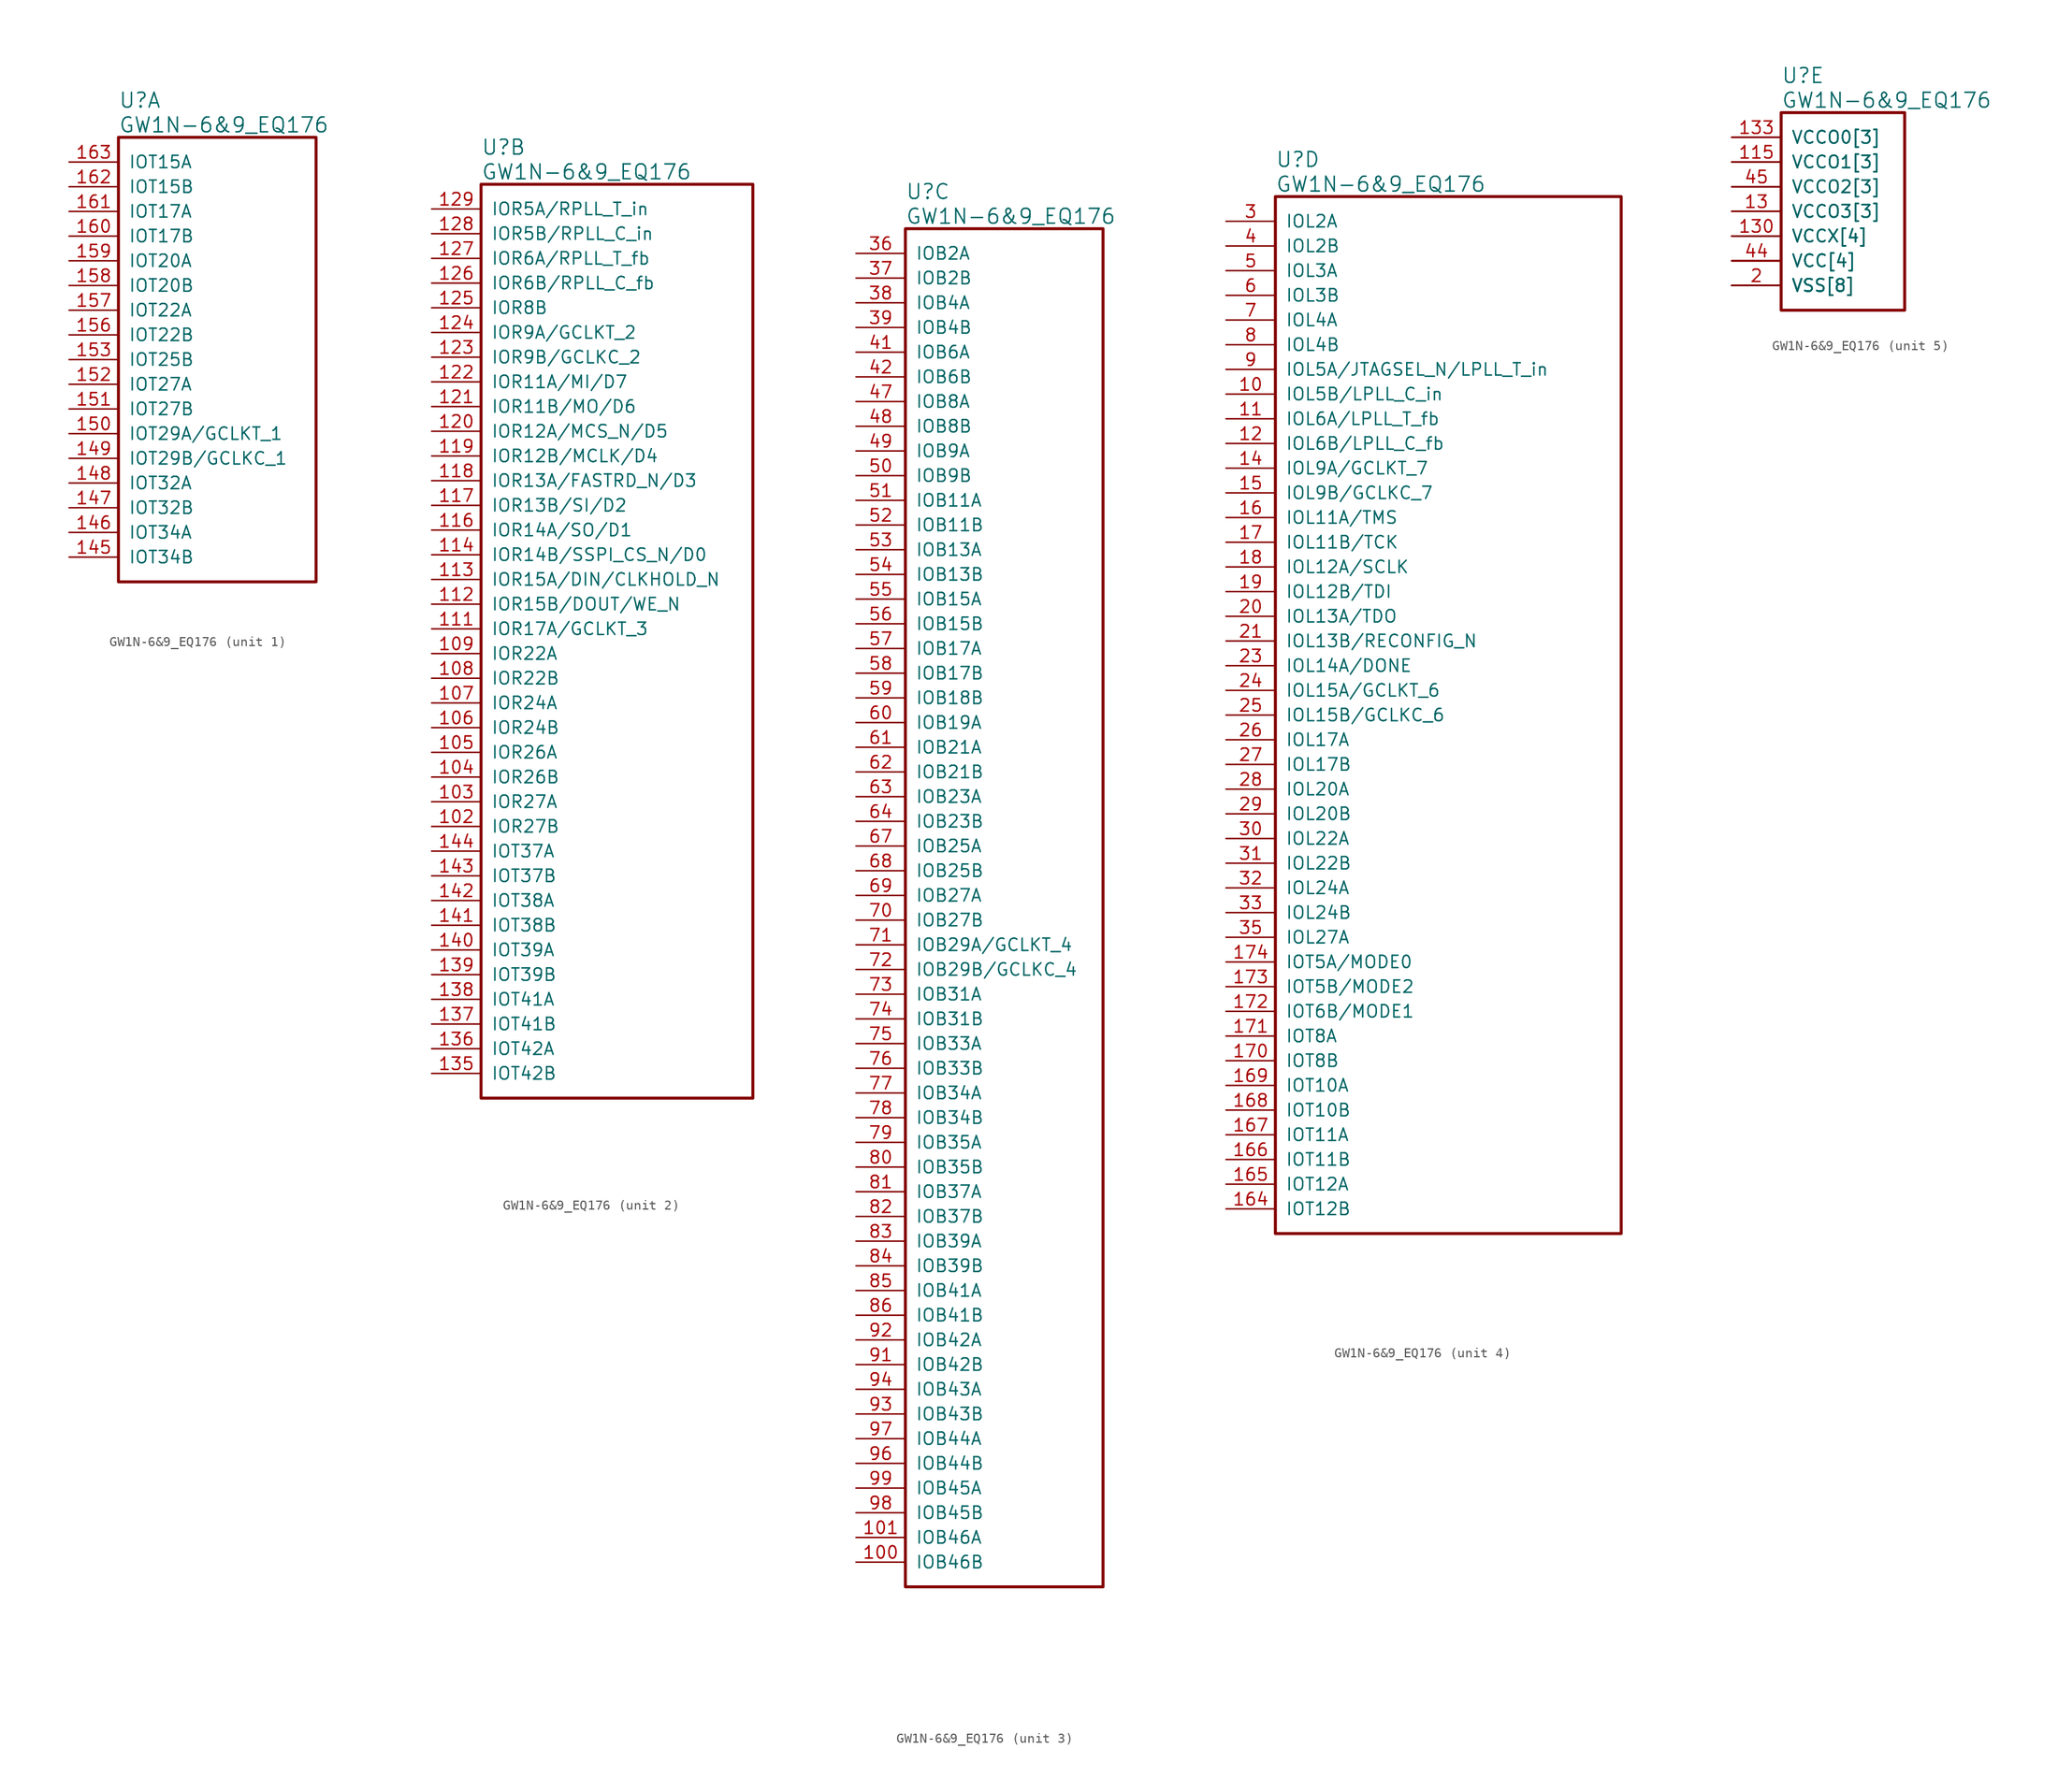
<source format=kicad_sym>
(kicad_symbol_lib
  (version 20241209)
  (generator "kicad_symbol_editor")
  (generator_version "9.0")
  (symbol "GW1N-6&9_EQ176"
    (pin_names
      (offset 1.016))
    (property "Reference" "U"
      (at 5.08 6.35 0)
      (effects (font (size 1.524 1.524)) (justify left)))
    (property "Value" "GW1N-6&9_EQ176"
      (at 5.08 3.81 0)
      (effects (font (size 1.524 1.524)) (justify left)))
    (property "ki_locked" ""
      (at 0 0 0)
      (effects (font (size 1.27 1.27))))
    (symbol "GW1N-6&9_EQ176_1_1"
      (rectangle (start 5.08 2.54) (end 25.4 -43.18) (stroke (width 0.305) (type solid)) (fill (type none)))
      (pin bidirectional line (at 0 0 0) (length 5.08) (name "IOT15A" (effects (font (size 1.27 1.27)))) (number "163" (effects (font (size 1.27 1.27)))))
      (pin bidirectional line (at 0 -2.54 0) (length 5.08) (name "IOT15B" (effects (font (size 1.27 1.27)))) (number "162" (effects (font (size 1.27 1.27)))))
      (pin bidirectional line (at 0 -5.08 0) (length 5.08) (name "IOT17A" (effects (font (size 1.27 1.27)))) (number "161" (effects (font (size 1.27 1.27)))))
      (pin bidirectional line (at 0 -7.62 0) (length 5.08) (name "IOT17B" (effects (font (size 1.27 1.27)))) (number "160" (effects (font (size 1.27 1.27)))))
      (pin bidirectional line (at 0 -10.16 0) (length 5.08) (name "IOT20A" (effects (font (size 1.27 1.27)))) (number "159" (effects (font (size 1.27 1.27)))))
      (pin bidirectional line (at 0 -12.7 0) (length 5.08) (name "IOT20B" (effects (font (size 1.27 1.27)))) (number "158" (effects (font (size 1.27 1.27)))))
      (pin bidirectional line (at 0 -15.24 0) (length 5.08) (name "IOT22A" (effects (font (size 1.27 1.27)))) (number "157" (effects (font (size 1.27 1.27)))))
      (pin bidirectional line (at 0 -17.78 0) (length 5.08) (name "IOT22B" (effects (font (size 1.27 1.27)))) (number "156" (effects (font (size 1.27 1.27)))))
      (pin bidirectional line (at 0 -20.32 0) (length 5.08) (name "IOT25B" (effects (font (size 1.27 1.27)))) (number "153" (effects (font (size 1.27 1.27)))))
      (pin bidirectional line (at 0 -22.86 0) (length 5.08) (name "IOT27A" (effects (font (size 1.27 1.27)))) (number "152" (effects (font (size 1.27 1.27)))))
      (pin bidirectional line (at 0 -25.4 0) (length 5.08) (name "IOT27B" (effects (font (size 1.27 1.27)))) (number "151" (effects (font (size 1.27 1.27)))))
      (pin bidirectional line (at 0 -27.94 0) (length 5.08) (name "IOT29A/GCLKT_1" (effects (font (size 1.27 1.27)))) (number "150" (effects (font (size 1.27 1.27)))))
      (pin bidirectional line (at 0 -30.48 0) (length 5.08) (name "IOT29B/GCLKC_1" (effects (font (size 1.27 1.27)))) (number "149" (effects (font (size 1.27 1.27)))))
      (pin bidirectional line (at 0 -33.02 0) (length 5.08) (name "IOT32A" (effects (font (size 1.27 1.27)))) (number "148" (effects (font (size 1.27 1.27)))))
      (pin bidirectional line (at 0 -35.56 0) (length 5.08) (name "IOT32B" (effects (font (size 1.27 1.27)))) (number "147" (effects (font (size 1.27 1.27)))))
      (pin bidirectional line (at 0 -38.1 0) (length 5.08) (name "IOT34A" (effects (font (size 1.27 1.27)))) (number "146" (effects (font (size 1.27 1.27)))))
      (pin bidirectional line (at 0 -40.64 0) (length 5.08) (name "IOT34B" (effects (font (size 1.27 1.27)))) (number "145" (effects (font (size 1.27 1.27))))))
    (symbol "GW1N-6&9_EQ176_2_1"
      (rectangle (start 5.08 2.54) (end 33.02 -91.44) (stroke (width 0.305) (type solid)) (fill (type none)))
      (pin bidirectional line (at 0 0 0) (length 5.08) (name "IOR5A/RPLL_T_in" (effects (font (size 1.27 1.27)))) (number "129" (effects (font (size 1.27 1.27)))))
      (pin bidirectional line (at 0 -2.54 0) (length 5.08) (name "IOR5B/RPLL_C_in" (effects (font (size 1.27 1.27)))) (number "128" (effects (font (size 1.27 1.27)))))
      (pin bidirectional line (at 0 -5.08 0) (length 5.08) (name "IOR6A/RPLL_T_fb" (effects (font (size 1.27 1.27)))) (number "127" (effects (font (size 1.27 1.27)))))
      (pin bidirectional line (at 0 -7.62 0) (length 5.08) (name "IOR6B/RPLL_C_fb" (effects (font (size 1.27 1.27)))) (number "126" (effects (font (size 1.27 1.27)))))
      (pin bidirectional line (at 0 -10.16 0) (length 5.08) (name "IOR8B" (effects (font (size 1.27 1.27)))) (number "125" (effects (font (size 1.27 1.27)))))
      (pin bidirectional line (at 0 -12.7 0) (length 5.08) (name "IOR9A/GCLKT_2" (effects (font (size 1.27 1.27)))) (number "124" (effects (font (size 1.27 1.27)))))
      (pin bidirectional line (at 0 -15.24 0) (length 5.08) (name "IOR9B/GCLKC_2" (effects (font (size 1.27 1.27)))) (number "123" (effects (font (size 1.27 1.27)))))
      (pin bidirectional line (at 0 -17.78 0) (length 5.08) (name "IOR11A/MI/D7" (effects (font (size 1.27 1.27)))) (number "122" (effects (font (size 1.27 1.27)))))
      (pin bidirectional line (at 0 -20.32 0) (length 5.08) (name "IOR11B/MO/D6" (effects (font (size 1.27 1.27)))) (number "121" (effects (font (size 1.27 1.27)))))
      (pin bidirectional line (at 0 -22.86 0) (length 5.08) (name "IOR12A/MCS_N/D5" (effects (font (size 1.27 1.27)))) (number "120" (effects (font (size 1.27 1.27)))))
      (pin bidirectional line (at 0 -25.4 0) (length 5.08) (name "IOR12B/MCLK/D4" (effects (font (size 1.27 1.27)))) (number "119" (effects (font (size 1.27 1.27)))))
      (pin bidirectional line (at 0 -27.94 0) (length 5.08) (name "IOR13A/FASTRD_N/D3" (effects (font (size 1.27 1.27)))) (number "118" (effects (font (size 1.27 1.27)))))
      (pin bidirectional line (at 0 -30.48 0) (length 5.08) (name "IOR13B/SI/D2" (effects (font (size 1.27 1.27)))) (number "117" (effects (font (size 1.27 1.27)))))
      (pin bidirectional line (at 0 -33.02 0) (length 5.08) (name "IOR14A/SO/D1" (effects (font (size 1.27 1.27)))) (number "116" (effects (font (size 1.27 1.27)))))
      (pin bidirectional line (at 0 -35.56 0) (length 5.08) (name "IOR14B/SSPI_CS_N/D0" (effects (font (size 1.27 1.27)))) (number "114" (effects (font (size 1.27 1.27)))))
      (pin bidirectional line (at 0 -38.1 0) (length 5.08) (name "IOR15A/DIN/CLKHOLD_N" (effects (font (size 1.27 1.27)))) (number "113" (effects (font (size 1.27 1.27)))))
      (pin bidirectional line (at 0 -40.64 0) (length 5.08) (name "IOR15B/DOUT/WE_N" (effects (font (size 1.27 1.27)))) (number "112" (effects (font (size 1.27 1.27)))))
      (pin bidirectional line (at 0 -43.18 0) (length 5.08) (name "IOR17A/GCLKT_3" (effects (font (size 1.27 1.27)))) (number "111" (effects (font (size 1.27 1.27)))))
      (pin bidirectional line (at 0 -45.72 0) (length 5.08) (name "IOR22A" (effects (font (size 1.27 1.27)))) (number "109" (effects (font (size 1.27 1.27)))))
      (pin bidirectional line (at 0 -48.26 0) (length 5.08) (name "IOR22B" (effects (font (size 1.27 1.27)))) (number "108" (effects (font (size 1.27 1.27)))))
      (pin bidirectional line (at 0 -50.8 0) (length 5.08) (name "IOR24A" (effects (font (size 1.27 1.27)))) (number "107" (effects (font (size 1.27 1.27)))))
      (pin bidirectional line (at 0 -53.34 0) (length 5.08) (name "IOR24B" (effects (font (size 1.27 1.27)))) (number "106" (effects (font (size 1.27 1.27)))))
      (pin bidirectional line (at 0 -55.88 0) (length 5.08) (name "IOR26A" (effects (font (size 1.27 1.27)))) (number "105" (effects (font (size 1.27 1.27)))))
      (pin bidirectional line (at 0 -58.42 0) (length 5.08) (name "IOR26B" (effects (font (size 1.27 1.27)))) (number "104" (effects (font (size 1.27 1.27)))))
      (pin bidirectional line (at 0 -60.96 0) (length 5.08) (name "IOR27A" (effects (font (size 1.27 1.27)))) (number "103" (effects (font (size 1.27 1.27)))))
      (pin bidirectional line (at 0 -63.5 0) (length 5.08) (name "IOR27B" (effects (font (size 1.27 1.27)))) (number "102" (effects (font (size 1.27 1.27)))))
      (pin bidirectional line (at 0 -66.04 0) (length 5.08) (name "IOT37A" (effects (font (size 1.27 1.27)))) (number "144" (effects (font (size 1.27 1.27)))))
      (pin bidirectional line (at 0 -68.58 0) (length 5.08) (name "IOT37B" (effects (font (size 1.27 1.27)))) (number "143" (effects (font (size 1.27 1.27)))))
      (pin bidirectional line (at 0 -71.12 0) (length 5.08) (name "IOT38A" (effects (font (size 1.27 1.27)))) (number "142" (effects (font (size 1.27 1.27)))))
      (pin bidirectional line (at 0 -73.66 0) (length 5.08) (name "IOT38B" (effects (font (size 1.27 1.27)))) (number "141" (effects (font (size 1.27 1.27)))))
      (pin bidirectional line (at 0 -76.2 0) (length 5.08) (name "IOT39A" (effects (font (size 1.27 1.27)))) (number "140" (effects (font (size 1.27 1.27)))))
      (pin bidirectional line (at 0 -78.74 0) (length 5.08) (name "IOT39B" (effects (font (size 1.27 1.27)))) (number "139" (effects (font (size 1.27 1.27)))))
      (pin bidirectional line (at 0 -81.28 0) (length 5.08) (name "IOT41A" (effects (font (size 1.27 1.27)))) (number "138" (effects (font (size 1.27 1.27)))))
      (pin bidirectional line (at 0 -83.82 0) (length 5.08) (name "IOT41B" (effects (font (size 1.27 1.27)))) (number "137" (effects (font (size 1.27 1.27)))))
      (pin bidirectional line (at 0 -86.36 0) (length 5.08) (name "IOT42A" (effects (font (size 1.27 1.27)))) (number "136" (effects (font (size 1.27 1.27)))))
      (pin bidirectional line (at 0 -88.9 0) (length 5.08) (name "IOT42B" (effects (font (size 1.27 1.27)))) (number "135" (effects (font (size 1.27 1.27))))))
    (symbol "GW1N-6&9_EQ176_3_1"
      (rectangle (start 5.08 2.54) (end 25.4 -137.16) (stroke (width 0.305) (type solid)) (fill (type none)))
      (pin bidirectional line (at 0 0 0) (length 5.08) (name "IOB2A" (effects (font (size 1.27 1.27)))) (number "36" (effects (font (size 1.27 1.27)))))
      (pin bidirectional line (at 0 -2.54 0) (length 5.08) (name "IOB2B" (effects (font (size 1.27 1.27)))) (number "37" (effects (font (size 1.27 1.27)))))
      (pin bidirectional line (at 0 -5.08 0) (length 5.08) (name "IOB4A" (effects (font (size 1.27 1.27)))) (number "38" (effects (font (size 1.27 1.27)))))
      (pin bidirectional line (at 0 -7.62 0) (length 5.08) (name "IOB4B" (effects (font (size 1.27 1.27)))) (number "39" (effects (font (size 1.27 1.27)))))
      (pin bidirectional line (at 0 -10.16 0) (length 5.08) (name "IOB6A" (effects (font (size 1.27 1.27)))) (number "41" (effects (font (size 1.27 1.27)))))
      (pin bidirectional line (at 0 -12.7 0) (length 5.08) (name "IOB6B" (effects (font (size 1.27 1.27)))) (number "42" (effects (font (size 1.27 1.27)))))
      (pin bidirectional line (at 0 -15.24 0) (length 5.08) (name "IOB8A" (effects (font (size 1.27 1.27)))) (number "47" (effects (font (size 1.27 1.27)))))
      (pin bidirectional line (at 0 -17.78 0) (length 5.08) (name "IOB8B" (effects (font (size 1.27 1.27)))) (number "48" (effects (font (size 1.27 1.27)))))
      (pin bidirectional line (at 0 -20.32 0) (length 5.08) (name "IOB9A" (effects (font (size 1.27 1.27)))) (number "49" (effects (font (size 1.27 1.27)))))
      (pin bidirectional line (at 0 -22.86 0) (length 5.08) (name "IOB9B" (effects (font (size 1.27 1.27)))) (number "50" (effects (font (size 1.27 1.27)))))
      (pin bidirectional line (at 0 -25.4 0) (length 5.08) (name "IOB11A" (effects (font (size 1.27 1.27)))) (number "51" (effects (font (size 1.27 1.27)))))
      (pin bidirectional line (at 0 -27.94 0) (length 5.08) (name "IOB11B" (effects (font (size 1.27 1.27)))) (number "52" (effects (font (size 1.27 1.27)))))
      (pin bidirectional line (at 0 -30.48 0) (length 5.08) (name "IOB13A" (effects (font (size 1.27 1.27)))) (number "53" (effects (font (size 1.27 1.27)))))
      (pin bidirectional line (at 0 -33.02 0) (length 5.08) (name "IOB13B" (effects (font (size 1.27 1.27)))) (number "54" (effects (font (size 1.27 1.27)))))
      (pin bidirectional line (at 0 -35.56 0) (length 5.08) (name "IOB15A" (effects (font (size 1.27 1.27)))) (number "55" (effects (font (size 1.27 1.27)))))
      (pin bidirectional line (at 0 -38.1 0) (length 5.08) (name "IOB15B" (effects (font (size 1.27 1.27)))) (number "56" (effects (font (size 1.27 1.27)))))
      (pin bidirectional line (at 0 -40.64 0) (length 5.08) (name "IOB17A" (effects (font (size 1.27 1.27)))) (number "57" (effects (font (size 1.27 1.27)))))
      (pin bidirectional line (at 0 -43.18 0) (length 5.08) (name "IOB17B" (effects (font (size 1.27 1.27)))) (number "58" (effects (font (size 1.27 1.27)))))
      (pin bidirectional line (at 0 -45.72 0) (length 5.08) (name "IOB18B" (effects (font (size 1.27 1.27)))) (number "59" (effects (font (size 1.27 1.27)))))
      (pin bidirectional line (at 0 -48.26 0) (length 5.08) (name "IOB19A" (effects (font (size 1.27 1.27)))) (number "60" (effects (font (size 1.27 1.27)))))
      (pin bidirectional line (at 0 -50.8 0) (length 5.08) (name "IOB21A" (effects (font (size 1.27 1.27)))) (number "61" (effects (font (size 1.27 1.27)))))
      (pin bidirectional line (at 0 -53.34 0) (length 5.08) (name "IOB21B" (effects (font (size 1.27 1.27)))) (number "62" (effects (font (size 1.27 1.27)))))
      (pin bidirectional line (at 0 -55.88 0) (length 5.08) (name "IOB23A" (effects (font (size 1.27 1.27)))) (number "63" (effects (font (size 1.27 1.27)))))
      (pin bidirectional line (at 0 -58.42 0) (length 5.08) (name "IOB23B" (effects (font (size 1.27 1.27)))) (number "64" (effects (font (size 1.27 1.27)))))
      (pin bidirectional line (at 0 -60.96 0) (length 5.08) (name "IOB25A" (effects (font (size 1.27 1.27)))) (number "67" (effects (font (size 1.27 1.27)))))
      (pin bidirectional line (at 0 -63.5 0) (length 5.08) (name "IOB25B" (effects (font (size 1.27 1.27)))) (number "68" (effects (font (size 1.27 1.27)))))
      (pin bidirectional line (at 0 -66.04 0) (length 5.08) (name "IOB27A" (effects (font (size 1.27 1.27)))) (number "69" (effects (font (size 1.27 1.27)))))
      (pin bidirectional line (at 0 -68.58 0) (length 5.08) (name "IOB27B" (effects (font (size 1.27 1.27)))) (number "70" (effects (font (size 1.27 1.27)))))
      (pin bidirectional line (at 0 -71.12 0) (length 5.08) (name "IOB29A/GCLKT_4" (effects (font (size 1.27 1.27)))) (number "71" (effects (font (size 1.27 1.27)))))
      (pin bidirectional line (at 0 -73.66 0) (length 5.08) (name "IOB29B/GCLKC_4" (effects (font (size 1.27 1.27)))) (number "72" (effects (font (size 1.27 1.27)))))
      (pin bidirectional line (at 0 -76.2 0) (length 5.08) (name "IOB31A" (effects (font (size 1.27 1.27)))) (number "73" (effects (font (size 1.27 1.27)))))
      (pin bidirectional line (at 0 -78.74 0) (length 5.08) (name "IOB31B" (effects (font (size 1.27 1.27)))) (number "74" (effects (font (size 1.27 1.27)))))
      (pin bidirectional line (at 0 -81.28 0) (length 5.08) (name "IOB33A" (effects (font (size 1.27 1.27)))) (number "75" (effects (font (size 1.27 1.27)))))
      (pin bidirectional line (at 0 -83.82 0) (length 5.08) (name "IOB33B" (effects (font (size 1.27 1.27)))) (number "76" (effects (font (size 1.27 1.27)))))
      (pin bidirectional line (at 0 -86.36 0) (length 5.08) (name "IOB34A" (effects (font (size 1.27 1.27)))) (number "77" (effects (font (size 1.27 1.27)))))
      (pin bidirectional line (at 0 -88.9 0) (length 5.08) (name "IOB34B" (effects (font (size 1.27 1.27)))) (number "78" (effects (font (size 1.27 1.27)))))
      (pin bidirectional line (at 0 -91.44 0) (length 5.08) (name "IOB35A" (effects (font (size 1.27 1.27)))) (number "79" (effects (font (size 1.27 1.27)))))
      (pin bidirectional line (at 0 -93.98 0) (length 5.08) (name "IOB35B" (effects (font (size 1.27 1.27)))) (number "80" (effects (font (size 1.27 1.27)))))
      (pin bidirectional line (at 0 -96.52 0) (length 5.08) (name "IOB37A" (effects (font (size 1.27 1.27)))) (number "81" (effects (font (size 1.27 1.27)))))
      (pin bidirectional line (at 0 -99.06 0) (length 5.08) (name "IOB37B" (effects (font (size 1.27 1.27)))) (number "82" (effects (font (size 1.27 1.27)))))
      (pin bidirectional line (at 0 -101.6 0) (length 5.08) (name "IOB39A" (effects (font (size 1.27 1.27)))) (number "83" (effects (font (size 1.27 1.27)))))
      (pin bidirectional line (at 0 -104.14 0) (length 5.08) (name "IOB39B" (effects (font (size 1.27 1.27)))) (number "84" (effects (font (size 1.27 1.27)))))
      (pin bidirectional line (at 0 -106.68 0) (length 5.08) (name "IOB41A" (effects (font (size 1.27 1.27)))) (number "85" (effects (font (size 1.27 1.27)))))
      (pin bidirectional line (at 0 -109.22 0) (length 5.08) (name "IOB41B" (effects (font (size 1.27 1.27)))) (number "86" (effects (font (size 1.27 1.27)))))
      (pin bidirectional line (at 0 -111.76 0) (length 5.08) (name "IOB42A" (effects (font (size 1.27 1.27)))) (number "92" (effects (font (size 1.27 1.27)))))
      (pin bidirectional line (at 0 -114.3 0) (length 5.08) (name "IOB42B" (effects (font (size 1.27 1.27)))) (number "91" (effects (font (size 1.27 1.27)))))
      (pin bidirectional line (at 0 -116.84 0) (length 5.08) (name "IOB43A" (effects (font (size 1.27 1.27)))) (number "94" (effects (font (size 1.27 1.27)))))
      (pin bidirectional line (at 0 -119.38 0) (length 5.08) (name "IOB43B" (effects (font (size 1.27 1.27)))) (number "93" (effects (font (size 1.27 1.27)))))
      (pin bidirectional line (at 0 -121.92 0) (length 5.08) (name "IOB44A" (effects (font (size 1.27 1.27)))) (number "97" (effects (font (size 1.27 1.27)))))
      (pin bidirectional line (at 0 -124.46 0) (length 5.08) (name "IOB44B" (effects (font (size 1.27 1.27)))) (number "96" (effects (font (size 1.27 1.27)))))
      (pin bidirectional line (at 0 -127 0) (length 5.08) (name "IOB45A" (effects (font (size 1.27 1.27)))) (number "99" (effects (font (size 1.27 1.27)))))
      (pin bidirectional line (at 0 -129.54 0) (length 5.08) (name "IOB45B" (effects (font (size 1.27 1.27)))) (number "98" (effects (font (size 1.27 1.27)))))
      (pin bidirectional line (at 0 -132.08 0) (length 5.08) (name "IOB46A" (effects (font (size 1.27 1.27)))) (number "101" (effects (font (size 1.27 1.27)))))
      (pin bidirectional line (at 0 -134.62 0) (length 5.08) (name "IOB46B" (effects (font (size 1.27 1.27)))) (number "100" (effects (font (size 1.27 1.27))))))
    (symbol "GW1N-6&9_EQ176_4_1"
      (rectangle (start 5.08 2.54) (end 40.64 -104.14) (stroke (width 0.305) (type solid)) (fill (type none)))
      (pin bidirectional line (at 0 0 0) (length 5.08) (name "IOL2A" (effects (font (size 1.27 1.27)))) (number "3" (effects (font (size 1.27 1.27)))))
      (pin bidirectional line (at 0 -2.54 0) (length 5.08) (name "IOL2B" (effects (font (size 1.27 1.27)))) (number "4" (effects (font (size 1.27 1.27)))))
      (pin bidirectional line (at 0 -5.08 0) (length 5.08) (name "IOL3A" (effects (font (size 1.27 1.27)))) (number "5" (effects (font (size 1.27 1.27)))))
      (pin bidirectional line (at 0 -7.62 0) (length 5.08) (name "IOL3B" (effects (font (size 1.27 1.27)))) (number "6" (effects (font (size 1.27 1.27)))))
      (pin bidirectional line (at 0 -10.16 0) (length 5.08) (name "IOL4A" (effects (font (size 1.27 1.27)))) (number "7" (effects (font (size 1.27 1.27)))))
      (pin bidirectional line (at 0 -12.7 0) (length 5.08) (name "IOL4B" (effects (font (size 1.27 1.27)))) (number "8" (effects (font (size 1.27 1.27)))))
      (pin bidirectional line (at 0 -15.24 0) (length 5.08) (name "IOL5A/JTAGSEL_N/LPLL_T_in" (effects (font (size 1.27 1.27)))) (number "9" (effects (font (size 1.27 1.27)))))
      (pin bidirectional line (at 0 -17.78 0) (length 5.08) (name "IOL5B/LPLL_C_in" (effects (font (size 1.27 1.27)))) (number "10" (effects (font (size 1.27 1.27)))))
      (pin bidirectional line (at 0 -20.32 0) (length 5.08) (name "IOL6A/LPLL_T_fb" (effects (font (size 1.27 1.27)))) (number "11" (effects (font (size 1.27 1.27)))))
      (pin bidirectional line (at 0 -22.86 0) (length 5.08) (name "IOL6B/LPLL_C_fb" (effects (font (size 1.27 1.27)))) (number "12" (effects (font (size 1.27 1.27)))))
      (pin bidirectional line (at 0 -25.4 0) (length 5.08) (name "IOL9A/GCLKT_7" (effects (font (size 1.27 1.27)))) (number "14" (effects (font (size 1.27 1.27)))))
      (pin bidirectional line (at 0 -27.94 0) (length 5.08) (name "IOL9B/GCLKC_7" (effects (font (size 1.27 1.27)))) (number "15" (effects (font (size 1.27 1.27)))))
      (pin bidirectional line (at 0 -30.48 0) (length 5.08) (name "IOL11A/TMS" (effects (font (size 1.27 1.27)))) (number "16" (effects (font (size 1.27 1.27)))))
      (pin bidirectional line (at 0 -33.02 0) (length 5.08) (name "IOL11B/TCK" (effects (font (size 1.27 1.27)))) (number "17" (effects (font (size 1.27 1.27)))))
      (pin bidirectional line (at 0 -35.56 0) (length 5.08) (name "IOL12A/SCLK" (effects (font (size 1.27 1.27)))) (number "18" (effects (font (size 1.27 1.27)))))
      (pin bidirectional line (at 0 -38.1 0) (length 5.08) (name "IOL12B/TDI" (effects (font (size 1.27 1.27)))) (number "19" (effects (font (size 1.27 1.27)))))
      (pin bidirectional line (at 0 -40.64 0) (length 5.08) (name "IOL13A/TDO" (effects (font (size 1.27 1.27)))) (number "20" (effects (font (size 1.27 1.27)))))
      (pin bidirectional line (at 0 -43.18 0) (length 5.08) (name "IOL13B/RECONFIG_N" (effects (font (size 1.27 1.27)))) (number "21" (effects (font (size 1.27 1.27)))))
      (pin bidirectional line (at 0 -45.72 0) (length 5.08) (name "IOL14A/DONE" (effects (font (size 1.27 1.27)))) (number "23" (effects (font (size 1.27 1.27)))))
      (pin bidirectional line (at 0 -48.26 0) (length 5.08) (name "IOL15A/GCLKT_6" (effects (font (size 1.27 1.27)))) (number "24" (effects (font (size 1.27 1.27)))))
      (pin bidirectional line (at 0 -50.8 0) (length 5.08) (name "IOL15B/GCLKC_6" (effects (font (size 1.27 1.27)))) (number "25" (effects (font (size 1.27 1.27)))))
      (pin bidirectional line (at 0 -53.34 0) (length 5.08) (name "IOL17A" (effects (font (size 1.27 1.27)))) (number "26" (effects (font (size 1.27 1.27)))))
      (pin bidirectional line (at 0 -55.88 0) (length 5.08) (name "IOL17B" (effects (font (size 1.27 1.27)))) (number "27" (effects (font (size 1.27 1.27)))))
      (pin bidirectional line (at 0 -58.42 0) (length 5.08) (name "IOL20A" (effects (font (size 1.27 1.27)))) (number "28" (effects (font (size 1.27 1.27)))))
      (pin bidirectional line (at 0 -60.96 0) (length 5.08) (name "IOL20B" (effects (font (size 1.27 1.27)))) (number "29" (effects (font (size 1.27 1.27)))))
      (pin bidirectional line (at 0 -63.5 0) (length 5.08) (name "IOL22A" (effects (font (size 1.27 1.27)))) (number "30" (effects (font (size 1.27 1.27)))))
      (pin bidirectional line (at 0 -66.04 0) (length 5.08) (name "IOL22B" (effects (font (size 1.27 1.27)))) (number "31" (effects (font (size 1.27 1.27)))))
      (pin bidirectional line (at 0 -68.58 0) (length 5.08) (name "IOL24A" (effects (font (size 1.27 1.27)))) (number "32" (effects (font (size 1.27 1.27)))))
      (pin bidirectional line (at 0 -71.12 0) (length 5.08) (name "IOL24B" (effects (font (size 1.27 1.27)))) (number "33" (effects (font (size 1.27 1.27)))))
      (pin bidirectional line (at 0 -73.66 0) (length 5.08) (name "IOL27A" (effects (font (size 1.27 1.27)))) (number "35" (effects (font (size 1.27 1.27)))))
      (pin bidirectional line (at 0 -76.2 0) (length 5.08) (name "IOT5A/MODE0" (effects (font (size 1.27 1.27)))) (number "174" (effects (font (size 1.27 1.27)))))
      (pin bidirectional line (at 0 -78.74 0) (length 5.08) (name "IOT5B/MODE2" (effects (font (size 1.27 1.27)))) (number "173" (effects (font (size 1.27 1.27)))))
      (pin bidirectional line (at 0 -81.28 0) (length 5.08) (name "IOT6B/MODE1" (effects (font (size 1.27 1.27)))) (number "172" (effects (font (size 1.27 1.27)))))
      (pin bidirectional line (at 0 -83.82 0) (length 5.08) (name "IOT8A" (effects (font (size 1.27 1.27)))) (number "171" (effects (font (size 1.27 1.27)))))
      (pin bidirectional line (at 0 -86.36 0) (length 5.08) (name "IOT8B" (effects (font (size 1.27 1.27)))) (number "170" (effects (font (size 1.27 1.27)))))
      (pin bidirectional line (at 0 -88.9 0) (length 5.08) (name "IOT10A" (effects (font (size 1.27 1.27)))) (number "169" (effects (font (size 1.27 1.27)))))
      (pin bidirectional line (at 0 -91.44 0) (length 5.08) (name "IOT10B" (effects (font (size 1.27 1.27)))) (number "168" (effects (font (size 1.27 1.27)))))
      (pin bidirectional line (at 0 -93.98 0) (length 5.08) (name "IOT11A" (effects (font (size 1.27 1.27)))) (number "167" (effects (font (size 1.27 1.27)))))
      (pin bidirectional line (at 0 -96.52 0) (length 5.08) (name "IOT11B" (effects (font (size 1.27 1.27)))) (number "166" (effects (font (size 1.27 1.27)))))
      (pin bidirectional line (at 0 -99.06 0) (length 5.08) (name "IOT12A" (effects (font (size 1.27 1.27)))) (number "165" (effects (font (size 1.27 1.27)))))
      (pin bidirectional line (at 0 -101.6 0) (length 5.08) (name "IOT12B" (effects (font (size 1.27 1.27)))) (number "164" (effects (font (size 1.27 1.27))))))
    (symbol "GW1N-6&9_EQ176_5_1"
      (rectangle (start 5.08 2.54) (end 17.78 -17.78) (stroke (width 0.305) (type solid)) (fill (type none)))
      (pin power_in line (at 0 0 0) (length 5.08) (name "VCCO0[3]" (effects (font (size 1.27 1.27)))) (number "133" (effects (font (size 1.27 1.27)))))
      (pin power_in line (at 0 0 0) (length 5.08) (name "VCCO0[3]" (effects (font (size 1.27 1.27)))) (number "155" (effects (font (size 0 0)))))
      (pin power_in line (at 0 0 0) (length 5.08) (name "VCCO0[3]" (effects (font (size 1.27 1.27)))) (number "176" (effects (font (size 0 0)))))
      (pin power_in line (at 0 -2.54 0) (length 5.08) (name "VCCO1[3]" (effects (font (size 1.27 1.27)))) (number "110" (effects (font (size 0 0)))))
      (pin power_in line (at 0 -2.54 0) (length 5.08) (name "VCCO1[3]" (effects (font (size 1.27 1.27)))) (number "115" (effects (font (size 1.27 1.27)))))
      (pin power_in line (at 0 -2.54 0) (length 5.08) (name "VCCO1[3]" (effects (font (size 1.27 1.27)))) (number "95" (effects (font (size 0 0)))))
      (pin power_in line (at 0 -5.08 0) (length 5.08) (name "VCCO2[3]" (effects (font (size 1.27 1.27)))) (number "45" (effects (font (size 1.27 1.27)))))
      (pin power_in line (at 0 -5.08 0) (length 5.08) (name "VCCO2[3]" (effects (font (size 1.27 1.27)))) (number "65" (effects (font (size 0 0)))))
      (pin power_in line (at 0 -5.08 0) (length 5.08) (name "VCCO2[3]" (effects (font (size 1.27 1.27)))) (number "88" (effects (font (size 0 0)))))
      (pin power_in line (at 0 -7.62 0) (length 5.08) (name "VCCO3[3]" (effects (font (size 1.27 1.27)))) (number "13" (effects (font (size 1.27 1.27)))))
      (pin power_in line (at 0 -7.62 0) (length 5.08) (name "VCCO3[3]" (effects (font (size 1.27 1.27)))) (number "22" (effects (font (size 0 0)))))
      (pin power_in line (at 0 -7.62 0) (length 5.08) (name "VCCO3[3]" (effects (font (size 1.27 1.27)))) (number "34" (effects (font (size 0 0)))))
      (pin power_in line (at 0 -10.16 0) (length 5.08) (name "VCCX[4]" (effects (font (size 1.27 1.27)))) (number "130" (effects (font (size 1.27 1.27)))))
      (pin power_in line (at 0 -10.16 0) (length 5.08) (name "VCCX[4]" (effects (font (size 1.27 1.27)))) (number "154" (effects (font (size 0 0)))))
      (pin power_in line (at 0 -10.16 0) (length 5.08) (name "VCCX[4]" (effects (font (size 1.27 1.27)))) (number "40" (effects (font (size 0 0)))))
      (pin power_in line (at 0 -10.16 0) (length 5.08) (name "VCCX[4]" (effects (font (size 1.27 1.27)))) (number "66" (effects (font (size 0 0)))))
      (pin power_in line (at 0 -12.7 0) (length 5.08) (name "VCC[4]" (effects (font (size 1.27 1.27)))) (number "1" (effects (font (size 0 0)))))
      (pin power_in line (at 0 -12.7 0) (length 5.08) (name "VCC[4]" (effects (font (size 1.27 1.27)))) (number "132" (effects (font (size 0 0)))))
      (pin power_in line (at 0 -12.7 0) (length 5.08) (name "VCC[4]" (effects (font (size 1.27 1.27)))) (number "44" (effects (font (size 1.27 1.27)))))
      (pin power_in line (at 0 -12.7 0) (length 5.08) (name "VCC[4]" (effects (font (size 1.27 1.27)))) (number "89" (effects (font (size 0 0)))))
      (pin power_in line (at 0 -15.24 0) (length 5.08) (name "VSS[8]" (effects (font (size 1.27 1.27)))) (number "131" (effects (font (size 0 0)))))
      (pin power_in line (at 0 -15.24 0) (length 5.08) (name "VSS[8]" (effects (font (size 1.27 1.27)))) (number "134" (effects (font (size 0 0)))))
      (pin power_in line (at 0 -15.24 0) (length 5.08) (name "VSS[8]" (effects (font (size 1.27 1.27)))) (number "175" (effects (font (size 0 0)))))
      (pin power_in line (at 0 -15.24 0) (length 5.08) (name "VSS[8]" (effects (font (size 1.27 1.27)))) (number "2" (effects (font (size 1.27 1.27)))))
      (pin power_in line (at 0 -15.24 0) (length 5.08) (name "VSS[8]" (effects (font (size 1.27 1.27)))) (number "43" (effects (font (size 0 0)))))
      (pin power_in line (at 0 -15.24 0) (length 5.08) (name "VSS[8]" (effects (font (size 1.27 1.27)))) (number "46" (effects (font (size 0 0)))))
      (pin power_in line (at 0 -15.24 0) (length 5.08) (name "VSS[8]" (effects (font (size 1.27 1.27)))) (number "87" (effects (font (size 0 0)))))
      (pin power_in line (at 0 -15.24 0) (length 5.08) (name "VSS[8]" (effects (font (size 1.27 1.27)))) (number "90" (effects (font (size 0 0))))))))
</source>
